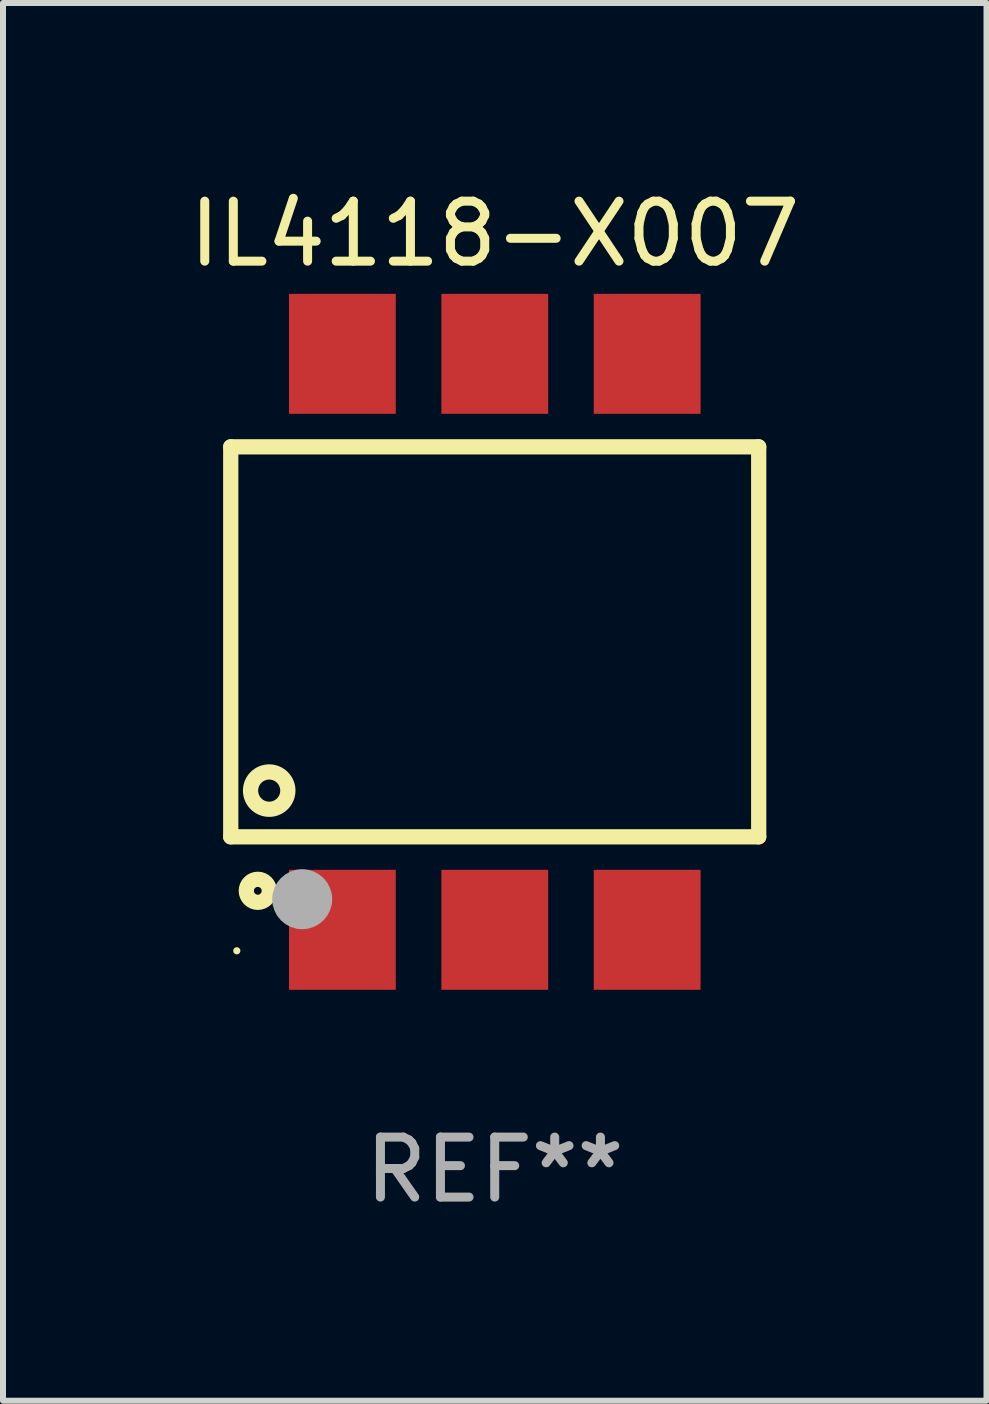
<source format=kicad_pcb>
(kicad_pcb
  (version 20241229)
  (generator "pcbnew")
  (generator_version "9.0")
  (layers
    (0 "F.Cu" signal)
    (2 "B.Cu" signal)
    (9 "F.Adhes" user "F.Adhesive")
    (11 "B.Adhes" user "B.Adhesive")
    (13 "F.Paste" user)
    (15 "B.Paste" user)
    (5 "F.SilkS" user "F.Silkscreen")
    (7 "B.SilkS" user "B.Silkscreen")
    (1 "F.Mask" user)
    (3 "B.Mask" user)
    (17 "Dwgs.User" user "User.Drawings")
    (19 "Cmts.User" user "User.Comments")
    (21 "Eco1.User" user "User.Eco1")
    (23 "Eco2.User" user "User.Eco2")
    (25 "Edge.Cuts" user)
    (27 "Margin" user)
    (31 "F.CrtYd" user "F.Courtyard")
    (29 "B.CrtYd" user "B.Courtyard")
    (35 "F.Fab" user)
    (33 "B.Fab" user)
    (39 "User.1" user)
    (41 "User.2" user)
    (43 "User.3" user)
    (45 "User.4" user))
  (footprint "IL4118-X007"
    (layer "F.Cu")
    (at 5.196 7.648)
    (property "Reference" "IL4118-X007" (at 0 -6.8 0) (layer "F.SilkS") (effects (font (size 1 1) (thickness 0.15))))
    (attr through_hole)
    (fp_line (start -4.4 -3.25) (end -4.4 3.25) (stroke (width 0.254) (type solid)) (layer "F.SilkS"))
    (fp_line (start -4.4 -3.25) (end 4.4 -3.25) (stroke (width 0.254) (type solid)) (layer "F.SilkS"))
    (fp_line (start 4.4 3.25) (end -4.4 3.25) (stroke (width 0.254) (type solid)) (layer "F.SilkS"))
    (fp_line (start 4.4 3.25) (end 4.4 -3.25) (stroke (width 0.254) (type solid)) (layer "F.SilkS"))
    (fp_circle (center -4.299 5.15) (end -4.269 5.15) (stroke (width 0.06) (type solid)) (fill no) (layer "F.SilkS"))
    (fp_circle (center -3.949 4.15) (end -3.757 4.15) (stroke (width 0.254) (type solid)) (fill no) (layer "F.SilkS"))
    (fp_circle (center -3.759 2.48) (end -3.448 2.48) (stroke (width 0.254) (type solid)) (fill no) (layer "F.SilkS"))
    (fp_circle (center -3.209 4.29) (end -2.959 4.29) (stroke (width 0.5) (type solid)) (fill no) (layer "F.Fab"))
    (fp_text user "REF**" (at 0 8.8 0) (layer "F.Fab") (effects (font (size 1 1) (thickness 0.15))))
    (pad "1" smd rect (at -2.539 4.8) (size 1.78 2) (layers "F.Cu" "F.Mask" "F.Paste"))
    (pad "2" smd rect (at 0.001 4.8) (size 1.78 2) (layers "F.Cu" "F.Mask" "F.Paste"))
    (pad "3" smd rect (at 2.541 4.8) (size 1.78 2) (layers "F.Cu" "F.Mask" "F.Paste"))
    (pad "4" smd rect (at 2.541 -4.8) (size 1.78 2) (layers "F.Cu" "F.Mask" "F.Paste"))
    (pad "5" smd rect (at 0.001 -4.8) (size 1.78 2) (layers "F.Cu" "F.Mask" "F.Paste"))
    (pad "6" smd rect (at -2.539 -4.8) (size 1.78 2) (layers "F.Cu" "F.Mask" "F.Paste")))
  (gr_rect
    (start -3 -3)
    (end 13.393 20.297)
    (stroke (width 0.1) (type default))
    (fill no)
    (layer "Edge.Cuts")))
</source>
